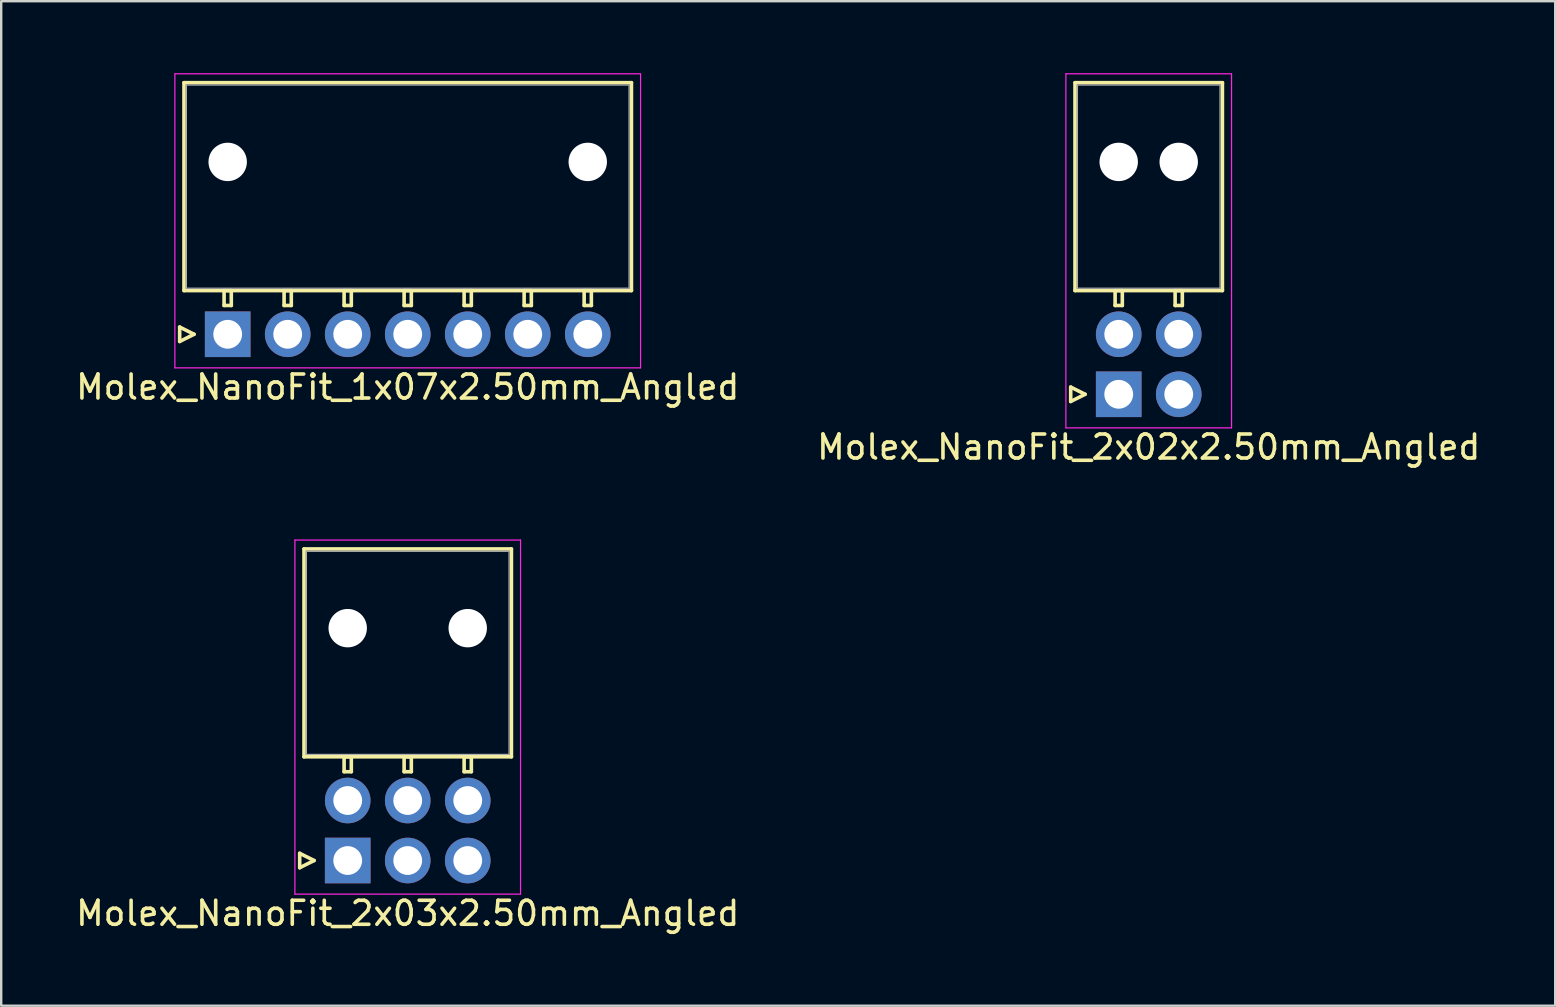
<source format=kicad_pcb>
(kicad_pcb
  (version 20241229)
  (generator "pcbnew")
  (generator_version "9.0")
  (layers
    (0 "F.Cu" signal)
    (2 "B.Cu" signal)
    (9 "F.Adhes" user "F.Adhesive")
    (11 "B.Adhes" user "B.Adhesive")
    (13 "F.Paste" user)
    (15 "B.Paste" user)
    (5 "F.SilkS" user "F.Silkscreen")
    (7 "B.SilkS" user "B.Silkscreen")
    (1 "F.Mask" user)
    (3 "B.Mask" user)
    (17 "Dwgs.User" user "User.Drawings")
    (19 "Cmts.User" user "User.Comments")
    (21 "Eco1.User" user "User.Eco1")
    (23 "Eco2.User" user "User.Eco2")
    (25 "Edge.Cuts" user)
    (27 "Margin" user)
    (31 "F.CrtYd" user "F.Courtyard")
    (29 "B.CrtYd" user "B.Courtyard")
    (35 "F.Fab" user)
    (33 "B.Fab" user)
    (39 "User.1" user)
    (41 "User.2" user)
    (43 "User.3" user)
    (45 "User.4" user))
  (footprint "Molex_NanoFit_1x07x2.50mm_Angled"
    (layer "F.Cu")
    (at 6.435 10.875)
    (property "Reference" "Molex_NanoFit_1x07x2.50mm_Angled" (at 7.5 2.2 0) (layer "F.SilkS") (effects (font (size 1 1) (thickness 0.15))))
    (attr through_hole)
    (fp_line (start -2 -0.3) (end -1.4 0) (stroke (width 0.15) (type solid)) (layer "F.SilkS"))
    (fp_line (start -2 0.3) (end -2 -0.3) (stroke (width 0.15) (type solid)) (layer "F.SilkS"))
    (fp_line (start -1.82 -10.48) (end -1.82 -1.82) (stroke (width 0.15) (type solid)) (layer "F.SilkS"))
    (fp_line (start -1.82 -1.82) (end 16.82 -1.82) (stroke (width 0.15) (type solid)) (layer "F.SilkS"))
    (fp_line (start -1.4 0) (end -2 0.3) (stroke (width 0.15) (type solid)) (layer "F.SilkS"))
    (fp_line (start -0.15 -1.82) (end -0.15 -1.2) (stroke (width 0.15) (type solid)) (layer "F.SilkS"))
    (fp_line (start -0.15 -1.2) (end 0.15 -1.2) (stroke (width 0.15) (type solid)) (layer "F.SilkS"))
    (fp_line (start 0.15 -1.82) (end -0.15 -1.82) (stroke (width 0.15) (type solid)) (layer "F.SilkS"))
    (fp_line (start 0.15 -1.2) (end 0.15 -1.82) (stroke (width 0.15) (type solid)) (layer "F.SilkS"))
    (fp_line (start 2.35 -1.82) (end 2.35 -1.2) (stroke (width 0.15) (type solid)) (layer "F.SilkS"))
    (fp_line (start 2.35 -1.2) (end 2.65 -1.2) (stroke (width 0.15) (type solid)) (layer "F.SilkS"))
    (fp_line (start 2.65 -1.82) (end 2.35 -1.82) (stroke (width 0.15) (type solid)) (layer "F.SilkS"))
    (fp_line (start 2.65 -1.2) (end 2.65 -1.82) (stroke (width 0.15) (type solid)) (layer "F.SilkS"))
    (fp_line (start 4.85 -1.82) (end 4.85 -1.2) (stroke (width 0.15) (type solid)) (layer "F.SilkS"))
    (fp_line (start 4.85 -1.2) (end 5.15 -1.2) (stroke (width 0.15) (type solid)) (layer "F.SilkS"))
    (fp_line (start 5.15 -1.82) (end 4.85 -1.82) (stroke (width 0.15) (type solid)) (layer "F.SilkS"))
    (fp_line (start 5.15 -1.2) (end 5.15 -1.82) (stroke (width 0.15) (type solid)) (layer "F.SilkS"))
    (fp_line (start 7.35 -1.82) (end 7.35 -1.2) (stroke (width 0.15) (type solid)) (layer "F.SilkS"))
    (fp_line (start 7.35 -1.2) (end 7.65 -1.2) (stroke (width 0.15) (type solid)) (layer "F.SilkS"))
    (fp_line (start 7.65 -1.82) (end 7.35 -1.82) (stroke (width 0.15) (type solid)) (layer "F.SilkS"))
    (fp_line (start 7.65 -1.2) (end 7.65 -1.82) (stroke (width 0.15) (type solid)) (layer "F.SilkS"))
    (fp_line (start 9.85 -1.82) (end 9.85 -1.2) (stroke (width 0.15) (type solid)) (layer "F.SilkS"))
    (fp_line (start 9.85 -1.2) (end 10.15 -1.2) (stroke (width 0.15) (type solid)) (layer "F.SilkS"))
    (fp_line (start 10.15 -1.82) (end 9.85 -1.82) (stroke (width 0.15) (type solid)) (layer "F.SilkS"))
    (fp_line (start 10.15 -1.2) (end 10.15 -1.82) (stroke (width 0.15) (type solid)) (layer "F.SilkS"))
    (fp_line (start 12.35 -1.82) (end 12.35 -1.2) (stroke (width 0.15) (type solid)) (layer "F.SilkS"))
    (fp_line (start 12.35 -1.2) (end 12.65 -1.2) (stroke (width 0.15) (type solid)) (layer "F.SilkS"))
    (fp_line (start 12.65 -1.82) (end 12.35 -1.82) (stroke (width 0.15) (type solid)) (layer "F.SilkS"))
    (fp_line (start 12.65 -1.2) (end 12.65 -1.82) (stroke (width 0.15) (type solid)) (layer "F.SilkS"))
    (fp_line (start 14.85 -1.82) (end 14.85 -1.2) (stroke (width 0.15) (type solid)) (layer "F.SilkS"))
    (fp_line (start 14.85 -1.2) (end 15.15 -1.2) (stroke (width 0.15) (type solid)) (layer "F.SilkS"))
    (fp_line (start 15.15 -1.82) (end 14.85 -1.82) (stroke (width 0.15) (type solid)) (layer "F.SilkS"))
    (fp_line (start 15.15 -1.2) (end 15.15 -1.82) (stroke (width 0.15) (type solid)) (layer "F.SilkS"))
    (fp_line (start 16.82 -10.48) (end -1.82 -10.48) (stroke (width 0.15) (type solid)) (layer "F.SilkS"))
    (fp_line (start 16.82 -1.82) (end 16.82 -10.48) (stroke (width 0.15) (type solid)) (layer "F.SilkS"))
    (fp_line (start -2.2 -10.85) (end -2.2 1.4) (stroke (width 0.05) (type solid)) (layer "F.CrtYd"))
    (fp_line (start -2.2 1.4) (end 17.2 1.4) (stroke (width 0.05) (type solid)) (layer "F.CrtYd"))
    (fp_line (start 17.2 -10.85) (end -2.2 -10.85) (stroke (width 0.05) (type solid)) (layer "F.CrtYd"))
    (fp_line (start 17.2 1.4) (end 17.2 -10.85) (stroke (width 0.05) (type solid)) (layer "F.CrtYd"))
    (fp_line (start -1.72 -10.38) (end -1.72 -1.92) (stroke (width 0.05) (type solid)) (layer "F.Fab"))
    (fp_line (start -1.72 -1.92) (end 16.72 -1.92) (stroke (width 0.05) (type solid)) (layer "F.Fab"))
    (fp_line (start 16.72 -10.38) (end -1.72 -10.38) (stroke (width 0.05) (type solid)) (layer "F.Fab"))
    (fp_line (start 16.72 -1.92) (end 16.72 -10.38) (stroke (width 0.05) (type solid)) (layer "F.Fab"))
    (pad "" np_thru_hole circle (at 0 -7.18) (size 1.6 1.6) (drill 1.6) (layers "*.Cu"))
    (pad "" np_thru_hole circle (at 15 -7.18) (size 1.6 1.6) (drill 1.6) (layers "*.Cu"))
    (pad "1" thru_hole rect (at 0 0) (size 1.9 1.9) (drill 1.2) (layers "*.Cu" "*.Mask"))
    (pad "2" thru_hole circle (at 2.5 0) (size 1.9 1.9) (drill 1.2) (layers "*.Cu" "*.Mask"))
    (pad "3" thru_hole circle (at 5 0) (size 1.9 1.9) (drill 1.2) (layers "*.Cu" "*.Mask"))
    (pad "4" thru_hole circle (at 7.5 0) (size 1.9 1.9) (drill 1.2) (layers "*.Cu" "*.Mask"))
    (pad "5" thru_hole circle (at 10 0) (size 1.9 1.9) (drill 1.2) (layers "*.Cu" "*.Mask"))
    (pad "6" thru_hole circle (at 12.5 0) (size 1.9 1.9) (drill 1.2) (layers "*.Cu" "*.Mask"))
    (pad "7" thru_hole circle (at 15 0) (size 1.9 1.9) (drill 1.2) (layers "*.Cu" "*.Mask")))
  (footprint "Molex_NanoFit_2x02x2.50mm_Angled"
    (layer "F.Cu")
    (at 43.554 13.375)
    (property "Reference" "Molex_NanoFit_2x02x2.50mm_Angled" (at 1.25 2.2 0) (layer "F.SilkS") (effects (font (size 1 1) (thickness 0.15))))
    (attr through_hole)
    (fp_line (start -2 -0.3) (end -1.4 0) (stroke (width 0.15) (type solid)) (layer "F.SilkS"))
    (fp_line (start -2 0.3) (end -2 -0.3) (stroke (width 0.15) (type solid)) (layer "F.SilkS"))
    (fp_line (start -1.82 -12.98) (end -1.82 -4.32) (stroke (width 0.15) (type solid)) (layer "F.SilkS"))
    (fp_line (start -1.82 -4.32) (end 4.32 -4.32) (stroke (width 0.15) (type solid)) (layer "F.SilkS"))
    (fp_line (start -1.4 0) (end -2 0.3) (stroke (width 0.15) (type solid)) (layer "F.SilkS"))
    (fp_line (start -0.15 -4.32) (end -0.15 -3.7) (stroke (width 0.15) (type solid)) (layer "F.SilkS"))
    (fp_line (start -0.15 -3.7) (end 0.15 -3.7) (stroke (width 0.15) (type solid)) (layer "F.SilkS"))
    (fp_line (start 0.15 -4.32) (end -0.15 -4.32) (stroke (width 0.15) (type solid)) (layer "F.SilkS"))
    (fp_line (start 0.15 -3.7) (end 0.15 -4.32) (stroke (width 0.15) (type solid)) (layer "F.SilkS"))
    (fp_line (start 2.35 -4.32) (end 2.35 -3.7) (stroke (width 0.15) (type solid)) (layer "F.SilkS"))
    (fp_line (start 2.35 -3.7) (end 2.65 -3.7) (stroke (width 0.15) (type solid)) (layer "F.SilkS"))
    (fp_line (start 2.65 -4.32) (end 2.35 -4.32) (stroke (width 0.15) (type solid)) (layer "F.SilkS"))
    (fp_line (start 2.65 -3.7) (end 2.65 -4.32) (stroke (width 0.15) (type solid)) (layer "F.SilkS"))
    (fp_line (start 4.32 -12.98) (end -1.82 -12.98) (stroke (width 0.15) (type solid)) (layer "F.SilkS"))
    (fp_line (start 4.32 -4.32) (end 4.32 -12.98) (stroke (width 0.15) (type solid)) (layer "F.SilkS"))
    (fp_line (start -2.2 -13.35) (end -2.2 1.4) (stroke (width 0.05) (type solid)) (layer "F.CrtYd"))
    (fp_line (start -2.2 1.4) (end 4.7 1.4) (stroke (width 0.05) (type solid)) (layer "F.CrtYd"))
    (fp_line (start 4.7 -13.35) (end -2.2 -13.35) (stroke (width 0.05) (type solid)) (layer "F.CrtYd"))
    (fp_line (start 4.7 1.4) (end 4.7 -13.35) (stroke (width 0.05) (type solid)) (layer "F.CrtYd"))
    (fp_line (start -1.72 -12.88) (end -1.72 -4.42) (stroke (width 0.05) (type solid)) (layer "F.Fab"))
    (fp_line (start -1.72 -4.42) (end 4.22 -4.42) (stroke (width 0.05) (type solid)) (layer "F.Fab"))
    (fp_line (start 4.22 -12.88) (end -1.72 -12.88) (stroke (width 0.05) (type solid)) (layer "F.Fab"))
    (fp_line (start 4.22 -4.42) (end 4.22 -12.88) (stroke (width 0.05) (type solid)) (layer "F.Fab"))
    (pad "" np_thru_hole circle (at 0 -9.68) (size 1.6 1.6) (drill 1.6) (layers "*.Cu"))
    (pad "" np_thru_hole circle (at 2.5 -9.68) (size 1.6 1.6) (drill 1.6) (layers "*.Cu"))
    (pad "1" thru_hole rect (at 0 0) (size 1.9 1.9) (drill 1.2) (layers "*.Cu" "*.Mask"))
    (pad "2" thru_hole circle (at 2.5 0) (size 1.9 1.9) (drill 1.2) (layers "*.Cu" "*.Mask"))
    (pad "3" thru_hole circle (at 0 -2.5) (size 1.9 1.9) (drill 1.2) (layers "*.Cu" "*.Mask"))
    (pad "4" thru_hole circle (at 2.5 -2.5) (size 1.9 1.9) (drill 1.2) (layers "*.Cu" "*.Mask")))
  (footprint "Molex_NanoFit_2x03x2.50mm_Angled"
    (layer "F.Cu")
    (at 11.435 32.798)
    (property "Reference" "Molex_NanoFit_2x03x2.50mm_Angled" (at 2.5 2.2 0) (layer "F.SilkS") (effects (font (size 1 1) (thickness 0.15))))
    (attr through_hole)
    (fp_line (start -2 -0.3) (end -1.4 0) (stroke (width 0.15) (type solid)) (layer "F.SilkS"))
    (fp_line (start -2 0.3) (end -2 -0.3) (stroke (width 0.15) (type solid)) (layer "F.SilkS"))
    (fp_line (start -1.82 -12.98) (end -1.82 -4.32) (stroke (width 0.15) (type solid)) (layer "F.SilkS"))
    (fp_line (start -1.82 -4.32) (end 6.82 -4.32) (stroke (width 0.15) (type solid)) (layer "F.SilkS"))
    (fp_line (start -1.4 0) (end -2 0.3) (stroke (width 0.15) (type solid)) (layer "F.SilkS"))
    (fp_line (start -0.15 -4.32) (end -0.15 -3.7) (stroke (width 0.15) (type solid)) (layer "F.SilkS"))
    (fp_line (start -0.15 -3.7) (end 0.15 -3.7) (stroke (width 0.15) (type solid)) (layer "F.SilkS"))
    (fp_line (start 0.15 -4.32) (end -0.15 -4.32) (stroke (width 0.15) (type solid)) (layer "F.SilkS"))
    (fp_line (start 0.15 -3.7) (end 0.15 -4.32) (stroke (width 0.15) (type solid)) (layer "F.SilkS"))
    (fp_line (start 2.35 -4.32) (end 2.35 -3.7) (stroke (width 0.15) (type solid)) (layer "F.SilkS"))
    (fp_line (start 2.35 -3.7) (end 2.65 -3.7) (stroke (width 0.15) (type solid)) (layer "F.SilkS"))
    (fp_line (start 2.65 -4.32) (end 2.35 -4.32) (stroke (width 0.15) (type solid)) (layer "F.SilkS"))
    (fp_line (start 2.65 -3.7) (end 2.65 -4.32) (stroke (width 0.15) (type solid)) (layer "F.SilkS"))
    (fp_line (start 4.85 -4.32) (end 4.85 -3.7) (stroke (width 0.15) (type solid)) (layer "F.SilkS"))
    (fp_line (start 4.85 -3.7) (end 5.15 -3.7) (stroke (width 0.15) (type solid)) (layer "F.SilkS"))
    (fp_line (start 5.15 -4.32) (end 4.85 -4.32) (stroke (width 0.15) (type solid)) (layer "F.SilkS"))
    (fp_line (start 5.15 -3.7) (end 5.15 -4.32) (stroke (width 0.15) (type solid)) (layer "F.SilkS"))
    (fp_line (start 6.82 -12.98) (end -1.82 -12.98) (stroke (width 0.15) (type solid)) (layer "F.SilkS"))
    (fp_line (start 6.82 -4.32) (end 6.82 -12.98) (stroke (width 0.15) (type solid)) (layer "F.SilkS"))
    (fp_line (start -2.2 -13.35) (end -2.2 1.4) (stroke (width 0.05) (type solid)) (layer "F.CrtYd"))
    (fp_line (start -2.2 1.4) (end 7.2 1.4) (stroke (width 0.05) (type solid)) (layer "F.CrtYd"))
    (fp_line (start 7.2 -13.35) (end -2.2 -13.35) (stroke (width 0.05) (type solid)) (layer "F.CrtYd"))
    (fp_line (start 7.2 1.4) (end 7.2 -13.35) (stroke (width 0.05) (type solid)) (layer "F.CrtYd"))
    (fp_line (start -1.72 -12.88) (end -1.72 -4.42) (stroke (width 0.05) (type solid)) (layer "F.Fab"))
    (fp_line (start -1.72 -4.42) (end 6.72 -4.42) (stroke (width 0.05) (type solid)) (layer "F.Fab"))
    (fp_line (start 6.72 -12.88) (end -1.72 -12.88) (stroke (width 0.05) (type solid)) (layer "F.Fab"))
    (fp_line (start 6.72 -4.42) (end 6.72 -12.88) (stroke (width 0.05) (type solid)) (layer "F.Fab"))
    (pad "" np_thru_hole circle (at 0 -9.68) (size 1.6 1.6) (drill 1.6) (layers "*.Cu"))
    (pad "" np_thru_hole circle (at 5 -9.68) (size 1.6 1.6) (drill 1.6) (layers "*.Cu"))
    (pad "1" thru_hole rect (at 0 0) (size 1.9 1.9) (drill 1.2) (layers "*.Cu" "*.Mask"))
    (pad "2" thru_hole circle (at 2.5 0) (size 1.9 1.9) (drill 1.2) (layers "*.Cu" "*.Mask"))
    (pad "3" thru_hole circle (at 5 0) (size 1.9 1.9) (drill 1.2) (layers "*.Cu" "*.Mask"))
    (pad "4" thru_hole circle (at 0 -2.5) (size 1.9 1.9) (drill 1.2) (layers "*.Cu" "*.Mask"))
    (pad "5" thru_hole circle (at 2.5 -2.5) (size 1.9 1.9) (drill 1.2) (layers "*.Cu" "*.Mask"))
    (pad "6" thru_hole circle (at 5 -2.5) (size 1.9 1.9) (drill 1.2) (layers "*.Cu" "*.Mask")))
  (gr_rect
    (start -3 -3)
    (end 61.738 38.846)
    (stroke (width 0.1) (type default))
    (fill no)
    (layer "Edge.Cuts")))
</source>
